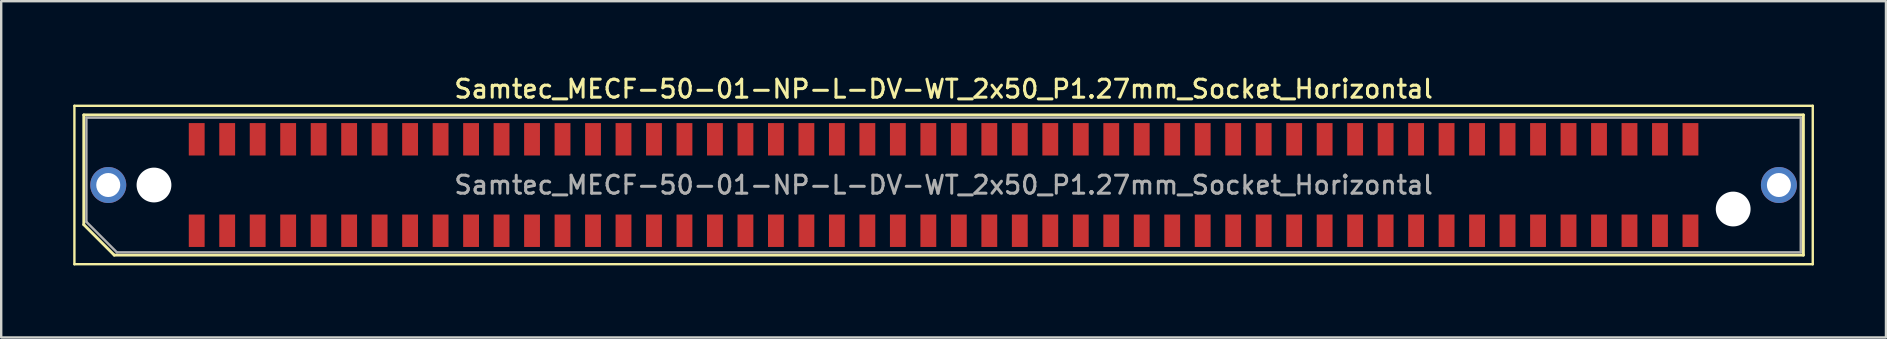
<source format=kicad_pcb>
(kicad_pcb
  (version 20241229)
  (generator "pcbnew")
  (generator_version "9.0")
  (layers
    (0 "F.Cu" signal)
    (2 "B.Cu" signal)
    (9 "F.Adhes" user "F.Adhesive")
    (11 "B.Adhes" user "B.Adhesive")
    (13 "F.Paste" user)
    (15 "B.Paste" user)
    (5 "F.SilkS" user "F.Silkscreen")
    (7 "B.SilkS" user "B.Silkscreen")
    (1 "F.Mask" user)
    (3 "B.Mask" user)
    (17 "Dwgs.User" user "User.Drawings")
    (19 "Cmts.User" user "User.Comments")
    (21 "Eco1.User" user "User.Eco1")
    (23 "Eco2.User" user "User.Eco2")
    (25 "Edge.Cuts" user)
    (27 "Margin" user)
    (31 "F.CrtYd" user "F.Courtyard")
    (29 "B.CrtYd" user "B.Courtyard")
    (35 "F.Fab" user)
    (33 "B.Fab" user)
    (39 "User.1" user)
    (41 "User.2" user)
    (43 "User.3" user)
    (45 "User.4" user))
  (footprint "Samtec_MECF-50-01-NP-L-DV-WT_2x50_P1.27mm_Socket_Horizontal"
    (layer "F.Cu")
    (at 36.26 4.658)
    (property "Reference" "Samtec_MECF-50-01-NP-L-DV-WT_2x50_P1.27mm_Socket_Horizontal" (at 0 -4 0) (layer "F.SilkS") (effects (font (size 0.75 0.75) (thickness 0.125))))
    (attr smd)
    (fp_line (start -36.21 -3.3) (end -36.21 3.3) (stroke (width 0.1) (type solid)) (layer "F.SilkS"))
    (fp_line (start -36.21 3.3) (end 36.21 3.3) (stroke (width 0.1) (type solid)) (layer "F.SilkS"))
    (fp_line (start -35.82 -2.92) (end 35.82 -2.92) (stroke (width 0.12) (type solid)) (layer "F.SilkS"))
    (fp_line (start -35.82 1.65) (end -35.82 -2.92) (stroke (width 0.12) (type solid)) (layer "F.SilkS"))
    (fp_line (start -34.55 2.92) (end -35.82 1.65) (stroke (width 0.12) (type solid)) (layer "F.SilkS"))
    (fp_line (start -34.55 2.92) (end 35.82 2.92) (stroke (width 0.12) (type solid)) (layer "F.SilkS"))
    (fp_line (start 35.82 2.92) (end 35.82 -2.92) (stroke (width 0.12) (type solid)) (layer "F.SilkS"))
    (fp_line (start 36.21 -3.3) (end -36.21 -3.3) (stroke (width 0.1) (type solid)) (layer "F.SilkS"))
    (fp_line (start 36.21 3.3) (end 36.21 -3.3) (stroke (width 0.1) (type solid)) (layer "F.SilkS"))
    (fp_line (start -35.71 -2.805) (end 35.71 -2.805) (stroke (width 0.1) (type solid)) (layer "F.Fab"))
    (fp_line (start -35.71 1.535) (end -35.71 -2.805) (stroke (width 0.1) (type solid)) (layer "F.Fab"))
    (fp_line (start -35.71 1.535) (end -34.44 2.805) (stroke (width 0.1) (type solid)) (layer "F.Fab"))
    (fp_line (start -34.44 2.805) (end 35.71 2.805) (stroke (width 0.1) (type solid)) (layer "F.Fab"))
    (fp_line (start 35.71 2.805) (end 35.71 -2.805) (stroke (width 0.1) (type solid)) (layer "F.Fab"))
    (fp_text user "${REFERENCE}" (at 0 0 0) (layer "F.Fab") (effects (font (size 0.75 0.75) (thickness 0.125))))
    (pad "" thru_hole circle (at -34.8 0) (size 1.5 1.5) (drill 1) (layers "*.Cu" "*.Mask"))
    (pad "" np_thru_hole circle (at -32.895 0) (size 1.45 1.45) (drill 1.45) (layers "*.Cu" "*.Mask"))
    (pad "" np_thru_hole circle (at 32.895 1) (size 1.45 1.45) (drill 1.45) (layers "*.Cu" "*.Mask"))
    (pad "" thru_hole circle (at 34.8 0) (size 1.5 1.5) (drill 1) (layers "*.Cu" "*.Mask"))
    (pad "1" smd rect (at -31.115 1.905) (size 0.66 1.35) (layers "F.Cu" "F.Mask" "F.Paste"))
    (pad "2" smd rect (at -31.115 -1.905) (size 0.66 1.35) (layers "F.Cu" "F.Mask" "F.Paste"))
    (pad "3" smd rect (at -29.845 1.905) (size 0.66 1.35) (layers "F.Cu" "F.Mask" "F.Paste"))
    (pad "4" smd rect (at -29.845 -1.905) (size 0.66 1.35) (layers "F.Cu" "F.Mask" "F.Paste"))
    (pad "5" smd rect (at -28.575 1.905) (size 0.66 1.35) (layers "F.Cu" "F.Mask" "F.Paste"))
    (pad "6" smd rect (at -28.575 -1.905) (size 0.66 1.35) (layers "F.Cu" "F.Mask" "F.Paste"))
    (pad "7" smd rect (at -27.305 1.905) (size 0.66 1.35) (layers "F.Cu" "F.Mask" "F.Paste"))
    (pad "8" smd rect (at -27.305 -1.905) (size 0.66 1.35) (layers "F.Cu" "F.Mask" "F.Paste"))
    (pad "9" smd rect (at -26.035 1.905) (size 0.66 1.35) (layers "F.Cu" "F.Mask" "F.Paste"))
    (pad "10" smd rect (at -26.035 -1.905) (size 0.66 1.35) (layers "F.Cu" "F.Mask" "F.Paste"))
    (pad "11" smd rect (at -24.765 1.905) (size 0.66 1.35) (layers "F.Cu" "F.Mask" "F.Paste"))
    (pad "12" smd rect (at -24.765 -1.905) (size 0.66 1.35) (layers "F.Cu" "F.Mask" "F.Paste"))
    (pad "13" smd rect (at -23.495 1.905) (size 0.66 1.35) (layers "F.Cu" "F.Mask" "F.Paste"))
    (pad "14" smd rect (at -23.495 -1.905) (size 0.66 1.35) (layers "F.Cu" "F.Mask" "F.Paste"))
    (pad "15" smd rect (at -22.225 1.905) (size 0.66 1.35) (layers "F.Cu" "F.Mask" "F.Paste"))
    (pad "16" smd rect (at -22.225 -1.905) (size 0.66 1.35) (layers "F.Cu" "F.Mask" "F.Paste"))
    (pad "17" smd rect (at -20.955 1.905) (size 0.66 1.35) (layers "F.Cu" "F.Mask" "F.Paste"))
    (pad "18" smd rect (at -20.955 -1.905) (size 0.66 1.35) (layers "F.Cu" "F.Mask" "F.Paste"))
    (pad "19" smd rect (at -19.685 1.905) (size 0.66 1.35) (layers "F.Cu" "F.Mask" "F.Paste"))
    (pad "20" smd rect (at -19.685 -1.905) (size 0.66 1.35) (layers "F.Cu" "F.Mask" "F.Paste"))
    (pad "21" smd rect (at -18.415 1.905) (size 0.66 1.35) (layers "F.Cu" "F.Mask" "F.Paste"))
    (pad "22" smd rect (at -18.415 -1.905) (size 0.66 1.35) (layers "F.Cu" "F.Mask" "F.Paste"))
    (pad "23" smd rect (at -17.145 1.905) (size 0.66 1.35) (layers "F.Cu" "F.Mask" "F.Paste"))
    (pad "24" smd rect (at -17.145 -1.905) (size 0.66 1.35) (layers "F.Cu" "F.Mask" "F.Paste"))
    (pad "25" smd rect (at -15.875 1.905) (size 0.66 1.35) (layers "F.Cu" "F.Mask" "F.Paste"))
    (pad "26" smd rect (at -15.875 -1.905) (size 0.66 1.35) (layers "F.Cu" "F.Mask" "F.Paste"))
    (pad "27" smd rect (at -14.605 1.905) (size 0.66 1.35) (layers "F.Cu" "F.Mask" "F.Paste"))
    (pad "28" smd rect (at -14.605 -1.905) (size 0.66 1.35) (layers "F.Cu" "F.Mask" "F.Paste"))
    (pad "29" smd rect (at -13.335 1.905) (size 0.66 1.35) (layers "F.Cu" "F.Mask" "F.Paste"))
    (pad "30" smd rect (at -13.335 -1.905) (size 0.66 1.35) (layers "F.Cu" "F.Mask" "F.Paste"))
    (pad "31" smd rect (at -12.065 1.905) (size 0.66 1.35) (layers "F.Cu" "F.Mask" "F.Paste"))
    (pad "32" smd rect (at -12.065 -1.905) (size 0.66 1.35) (layers "F.Cu" "F.Mask" "F.Paste"))
    (pad "33" smd rect (at -10.795 1.905) (size 0.66 1.35) (layers "F.Cu" "F.Mask" "F.Paste"))
    (pad "34" smd rect (at -10.795 -1.905) (size 0.66 1.35) (layers "F.Cu" "F.Mask" "F.Paste"))
    (pad "35" smd rect (at -9.525 1.905) (size 0.66 1.35) (layers "F.Cu" "F.Mask" "F.Paste"))
    (pad "36" smd rect (at -9.525 -1.905) (size 0.66 1.35) (layers "F.Cu" "F.Mask" "F.Paste"))
    (pad "37" smd rect (at -8.255 1.905) (size 0.66 1.35) (layers "F.Cu" "F.Mask" "F.Paste"))
    (pad "38" smd rect (at -8.255 -1.905) (size 0.66 1.35) (layers "F.Cu" "F.Mask" "F.Paste"))
    (pad "39" smd rect (at -6.985 1.905) (size 0.66 1.35) (layers "F.Cu" "F.Mask" "F.Paste"))
    (pad "40" smd rect (at -6.985 -1.905) (size 0.66 1.35) (layers "F.Cu" "F.Mask" "F.Paste"))
    (pad "41" smd rect (at -5.715 1.905) (size 0.66 1.35) (layers "F.Cu" "F.Mask" "F.Paste"))
    (pad "42" smd rect (at -5.715 -1.905) (size 0.66 1.35) (layers "F.Cu" "F.Mask" "F.Paste"))
    (pad "43" smd rect (at -4.445 1.905) (size 0.66 1.35) (layers "F.Cu" "F.Mask" "F.Paste"))
    (pad "44" smd rect (at -4.445 -1.905) (size 0.66 1.35) (layers "F.Cu" "F.Mask" "F.Paste"))
    (pad "45" smd rect (at -3.175 1.905) (size 0.66 1.35) (layers "F.Cu" "F.Mask" "F.Paste"))
    (pad "46" smd rect (at -3.175 -1.905) (size 0.66 1.35) (layers "F.Cu" "F.Mask" "F.Paste"))
    (pad "47" smd rect (at -1.905 1.905) (size 0.66 1.35) (layers "F.Cu" "F.Mask" "F.Paste"))
    (pad "48" smd rect (at -1.905 -1.905) (size 0.66 1.35) (layers "F.Cu" "F.Mask" "F.Paste"))
    (pad "49" smd rect (at -0.635 1.905) (size 0.66 1.35) (layers "F.Cu" "F.Mask" "F.Paste"))
    (pad "50" smd rect (at -0.635 -1.905) (size 0.66 1.35) (layers "F.Cu" "F.Mask" "F.Paste"))
    (pad "51" smd rect (at 0.635 1.905) (size 0.66 1.35) (layers "F.Cu" "F.Mask" "F.Paste"))
    (pad "52" smd rect (at 0.635 -1.905) (size 0.66 1.35) (layers "F.Cu" "F.Mask" "F.Paste"))
    (pad "53" smd rect (at 1.905 1.905) (size 0.66 1.35) (layers "F.Cu" "F.Mask" "F.Paste"))
    (pad "54" smd rect (at 1.905 -1.905) (size 0.66 1.35) (layers "F.Cu" "F.Mask" "F.Paste"))
    (pad "55" smd rect (at 3.175 1.905) (size 0.66 1.35) (layers "F.Cu" "F.Mask" "F.Paste"))
    (pad "56" smd rect (at 3.175 -1.905) (size 0.66 1.35) (layers "F.Cu" "F.Mask" "F.Paste"))
    (pad "57" smd rect (at 4.445 1.905) (size 0.66 1.35) (layers "F.Cu" "F.Mask" "F.Paste"))
    (pad "58" smd rect (at 4.445 -1.905) (size 0.66 1.35) (layers "F.Cu" "F.Mask" "F.Paste"))
    (pad "59" smd rect (at 5.715 1.905) (size 0.66 1.35) (layers "F.Cu" "F.Mask" "F.Paste"))
    (pad "60" smd rect (at 5.715 -1.905) (size 0.66 1.35) (layers "F.Cu" "F.Mask" "F.Paste"))
    (pad "61" smd rect (at 6.985 1.905) (size 0.66 1.35) (layers "F.Cu" "F.Mask" "F.Paste"))
    (pad "62" smd rect (at 6.985 -1.905) (size 0.66 1.35) (layers "F.Cu" "F.Mask" "F.Paste"))
    (pad "63" smd rect (at 8.255 1.905) (size 0.66 1.35) (layers "F.Cu" "F.Mask" "F.Paste"))
    (pad "64" smd rect (at 8.255 -1.905) (size 0.66 1.35) (layers "F.Cu" "F.Mask" "F.Paste"))
    (pad "65" smd rect (at 9.525 1.905) (size 0.66 1.35) (layers "F.Cu" "F.Mask" "F.Paste"))
    (pad "66" smd rect (at 9.525 -1.905) (size 0.66 1.35) (layers "F.Cu" "F.Mask" "F.Paste"))
    (pad "67" smd rect (at 10.795 1.905) (size 0.66 1.35) (layers "F.Cu" "F.Mask" "F.Paste"))
    (pad "68" smd rect (at 10.795 -1.905) (size 0.66 1.35) (layers "F.Cu" "F.Mask" "F.Paste"))
    (pad "69" smd rect (at 12.065 1.905) (size 0.66 1.35) (layers "F.Cu" "F.Mask" "F.Paste"))
    (pad "70" smd rect (at 12.065 -1.905) (size 0.66 1.35) (layers "F.Cu" "F.Mask" "F.Paste"))
    (pad "71" smd rect (at 13.335 1.905) (size 0.66 1.35) (layers "F.Cu" "F.Mask" "F.Paste"))
    (pad "72" smd rect (at 13.335 -1.905) (size 0.66 1.35) (layers "F.Cu" "F.Mask" "F.Paste"))
    (pad "73" smd rect (at 14.605 1.905) (size 0.66 1.35) (layers "F.Cu" "F.Mask" "F.Paste"))
    (pad "74" smd rect (at 14.605 -1.905) (size 0.66 1.35) (layers "F.Cu" "F.Mask" "F.Paste"))
    (pad "75" smd rect (at 15.875 1.905) (size 0.66 1.35) (layers "F.Cu" "F.Mask" "F.Paste"))
    (pad "76" smd rect (at 15.875 -1.905) (size 0.66 1.35) (layers "F.Cu" "F.Mask" "F.Paste"))
    (pad "77" smd rect (at 17.145 1.905) (size 0.66 1.35) (layers "F.Cu" "F.Mask" "F.Paste"))
    (pad "78" smd rect (at 17.145 -1.905) (size 0.66 1.35) (layers "F.Cu" "F.Mask" "F.Paste"))
    (pad "79" smd rect (at 18.415 1.905) (size 0.66 1.35) (layers "F.Cu" "F.Mask" "F.Paste"))
    (pad "80" smd rect (at 18.415 -1.905) (size 0.66 1.35) (layers "F.Cu" "F.Mask" "F.Paste"))
    (pad "81" smd rect (at 19.685 1.905) (size 0.66 1.35) (layers "F.Cu" "F.Mask" "F.Paste"))
    (pad "82" smd rect (at 19.685 -1.905) (size 0.66 1.35) (layers "F.Cu" "F.Mask" "F.Paste"))
    (pad "83" smd rect (at 20.955 1.905) (size 0.66 1.35) (layers "F.Cu" "F.Mask" "F.Paste"))
    (pad "84" smd rect (at 20.955 -1.905) (size 0.66 1.35) (layers "F.Cu" "F.Mask" "F.Paste"))
    (pad "85" smd rect (at 22.225 1.905) (size 0.66 1.35) (layers "F.Cu" "F.Mask" "F.Paste"))
    (pad "86" smd rect (at 22.225 -1.905) (size 0.66 1.35) (layers "F.Cu" "F.Mask" "F.Paste"))
    (pad "87" smd rect (at 23.495 1.905) (size 0.66 1.35) (layers "F.Cu" "F.Mask" "F.Paste"))
    (pad "88" smd rect (at 23.495 -1.905) (size 0.66 1.35) (layers "F.Cu" "F.Mask" "F.Paste"))
    (pad "89" smd rect (at 24.765 1.905) (size 0.66 1.35) (layers "F.Cu" "F.Mask" "F.Paste"))
    (pad "90" smd rect (at 24.765 -1.905) (size 0.66 1.35) (layers "F.Cu" "F.Mask" "F.Paste"))
    (pad "91" smd rect (at 26.035 1.905) (size 0.66 1.35) (layers "F.Cu" "F.Mask" "F.Paste"))
    (pad "92" smd rect (at 26.035 -1.905) (size 0.66 1.35) (layers "F.Cu" "F.Mask" "F.Paste"))
    (pad "93" smd rect (at 27.305 1.905) (size 0.66 1.35) (layers "F.Cu" "F.Mask" "F.Paste"))
    (pad "94" smd rect (at 27.305 -1.905) (size 0.66 1.35) (layers "F.Cu" "F.Mask" "F.Paste"))
    (pad "95" smd rect (at 28.575 1.905) (size 0.66 1.35) (layers "F.Cu" "F.Mask" "F.Paste"))
    (pad "96" smd rect (at 28.575 -1.905) (size 0.66 1.35) (layers "F.Cu" "F.Mask" "F.Paste"))
    (pad "97" smd rect (at 29.845 1.905) (size 0.66 1.35) (layers "F.Cu" "F.Mask" "F.Paste"))
    (pad "98" smd rect (at 29.845 -1.905) (size 0.66 1.35) (layers "F.Cu" "F.Mask" "F.Paste"))
    (pad "99" smd rect (at 31.115 1.905) (size 0.66 1.35) (layers "F.Cu" "F.Mask" "F.Paste"))
    (pad "100" smd rect (at 31.115 -1.905) (size 0.66 1.35) (layers "F.Cu" "F.Mask" "F.Paste")))
  (gr_rect
    (start -3 -3)
    (end 75.52 11.008)
    (stroke (width 0.1) (type default))
    (fill no)
    (layer "Edge.Cuts")))
</source>
